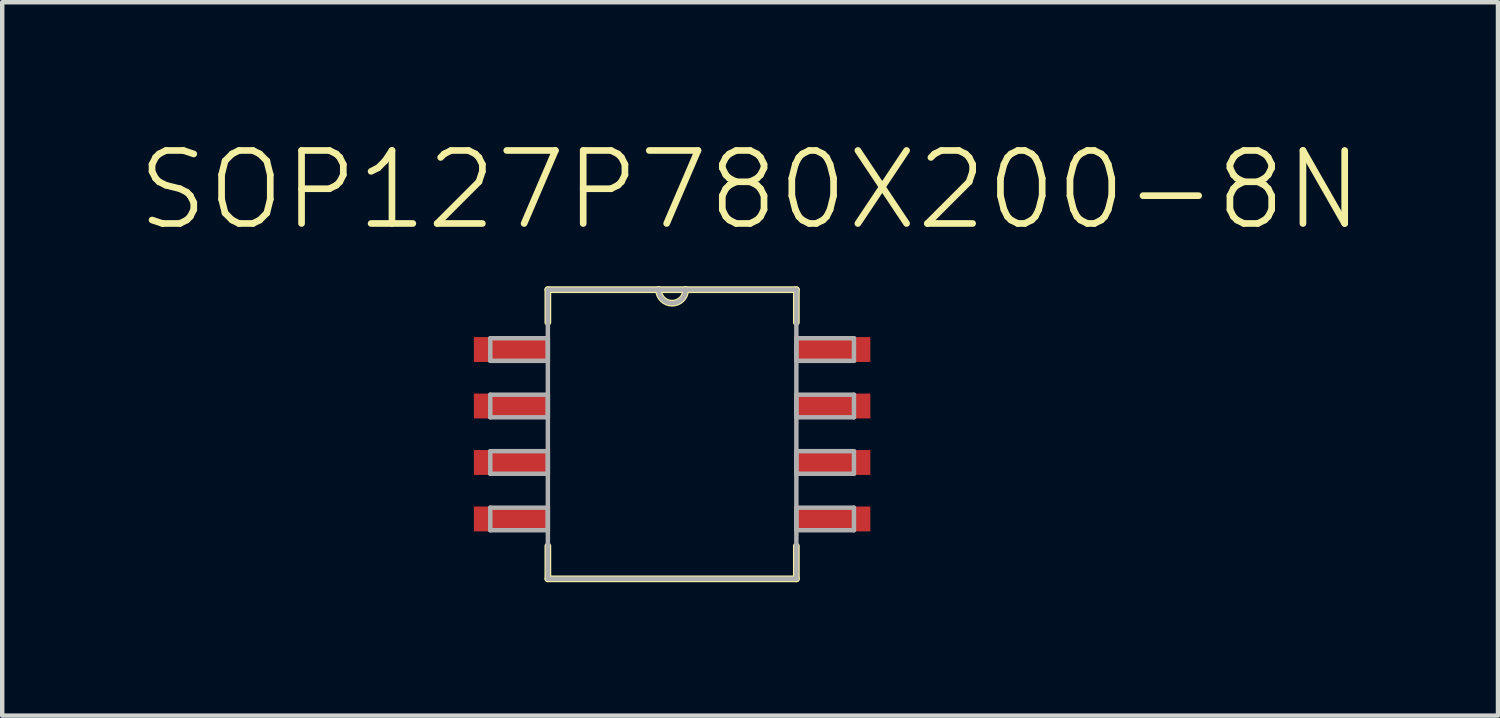
<source format=kicad_pcb>
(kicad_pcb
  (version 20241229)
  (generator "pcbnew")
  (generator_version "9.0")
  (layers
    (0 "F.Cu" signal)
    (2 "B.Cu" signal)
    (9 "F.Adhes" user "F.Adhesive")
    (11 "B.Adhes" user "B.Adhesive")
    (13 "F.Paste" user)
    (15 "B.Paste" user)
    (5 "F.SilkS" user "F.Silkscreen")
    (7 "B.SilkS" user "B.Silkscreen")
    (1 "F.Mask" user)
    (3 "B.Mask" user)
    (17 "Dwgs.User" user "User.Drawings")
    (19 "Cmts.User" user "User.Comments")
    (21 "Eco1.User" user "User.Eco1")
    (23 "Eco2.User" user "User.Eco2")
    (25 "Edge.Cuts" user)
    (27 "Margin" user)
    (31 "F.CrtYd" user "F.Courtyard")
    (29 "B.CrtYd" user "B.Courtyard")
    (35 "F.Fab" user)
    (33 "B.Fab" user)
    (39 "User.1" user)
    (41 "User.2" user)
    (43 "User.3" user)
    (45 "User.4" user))
  (footprint "SOP127P780X200-8N"
    (layer "F.Cu")
    (at 12.064 6.715)
    (property "Reference" "SOP127P780X200-8N" (at 1.754 -5.491 0) (layer "F.SilkS") (effects (font (size 1.642 1.642) (thickness 0.15))))
    (attr smd)
    (fp_line (start -2.794 -3.251) (end -2.794 -2.515) (stroke (width 0.152) (type solid)) (layer "F.SilkS"))
    (fp_line (start -2.794 2.515) (end -2.794 3.251) (stroke (width 0.152) (type solid)) (layer "F.SilkS"))
    (fp_line (start -2.794 3.251) (end 2.794 3.251) (stroke (width 0.152) (type solid)) (layer "F.SilkS"))
    (fp_line (start -0.305 -3.251) (end -2.794 -3.251) (stroke (width 0.152) (type solid)) (layer "F.SilkS"))
    (fp_line (start 0.305 -3.251) (end -0.305 -3.251) (stroke (width 0.152) (type solid)) (layer "F.SilkS"))
    (fp_line (start 2.794 -3.251) (end 0.305 -3.251) (stroke (width 0.152) (type solid)) (layer "F.SilkS"))
    (fp_line (start 2.794 -2.515) (end 2.794 -3.251) (stroke (width 0.152) (type solid)) (layer "F.SilkS"))
    (fp_line (start 2.794 3.251) (end 2.794 2.515) (stroke (width 0.152) (type solid)) (layer "F.SilkS"))
    (fp_arc (start 0.3048 -3.2512) (mid 0 -2.9464) (end -0.3048 -3.2512) (stroke (width 0.1524) (type solid)) (layer "F.SilkS"))
    (fp_line (start -4.089 -2.159) (end -4.089 -1.651) (stroke (width 0.1) (type solid)) (layer "F.Fab"))
    (fp_line (start -4.089 -1.651) (end -2.794 -1.651) (stroke (width 0.1) (type solid)) (layer "F.Fab"))
    (fp_line (start -4.089 -0.889) (end -4.089 -0.381) (stroke (width 0.1) (type solid)) (layer "F.Fab"))
    (fp_line (start -4.089 -0.381) (end -2.794 -0.381) (stroke (width 0.1) (type solid)) (layer "F.Fab"))
    (fp_line (start -4.089 0.381) (end -4.089 0.889) (stroke (width 0.1) (type solid)) (layer "F.Fab"))
    (fp_line (start -4.089 0.889) (end -2.794 0.889) (stroke (width 0.1) (type solid)) (layer "F.Fab"))
    (fp_line (start -4.089 1.651) (end -4.089 2.159) (stroke (width 0.1) (type solid)) (layer "F.Fab"))
    (fp_line (start -4.089 2.159) (end -2.794 2.159) (stroke (width 0.1) (type solid)) (layer "F.Fab"))
    (fp_line (start -2.794 -3.251) (end -2.794 3.251) (stroke (width 0.1) (type solid)) (layer "F.Fab"))
    (fp_line (start -2.794 -2.159) (end -4.089 -2.159) (stroke (width 0.1) (type solid)) (layer "F.Fab"))
    (fp_line (start -2.794 -1.651) (end -2.794 -2.159) (stroke (width 0.1) (type solid)) (layer "F.Fab"))
    (fp_line (start -2.794 -0.889) (end -4.089 -0.889) (stroke (width 0.1) (type solid)) (layer "F.Fab"))
    (fp_line (start -2.794 -0.381) (end -2.794 -0.889) (stroke (width 0.1) (type solid)) (layer "F.Fab"))
    (fp_line (start -2.794 0.381) (end -4.089 0.381) (stroke (width 0.1) (type solid)) (layer "F.Fab"))
    (fp_line (start -2.794 0.889) (end -2.794 0.381) (stroke (width 0.1) (type solid)) (layer "F.Fab"))
    (fp_line (start -2.794 1.651) (end -4.089 1.651) (stroke (width 0.1) (type solid)) (layer "F.Fab"))
    (fp_line (start -2.794 2.159) (end -2.794 1.651) (stroke (width 0.1) (type solid)) (layer "F.Fab"))
    (fp_line (start -2.794 3.251) (end 2.794 3.251) (stroke (width 0.1) (type solid)) (layer "F.Fab"))
    (fp_line (start -0.305 -3.251) (end -2.794 -3.251) (stroke (width 0.1) (type solid)) (layer "F.Fab"))
    (fp_line (start 0.305 -3.251) (end -0.305 -3.251) (stroke (width 0.1) (type solid)) (layer "F.Fab"))
    (fp_line (start 2.794 -3.251) (end 0.305 -3.251) (stroke (width 0.1) (type solid)) (layer "F.Fab"))
    (fp_line (start 2.794 -2.159) (end 2.794 -1.651) (stroke (width 0.1) (type solid)) (layer "F.Fab"))
    (fp_line (start 2.794 -1.651) (end 4.089 -1.651) (stroke (width 0.1) (type solid)) (layer "F.Fab"))
    (fp_line (start 2.794 -0.889) (end 2.794 -0.381) (stroke (width 0.1) (type solid)) (layer "F.Fab"))
    (fp_line (start 2.794 -0.381) (end 4.089 -0.381) (stroke (width 0.1) (type solid)) (layer "F.Fab"))
    (fp_line (start 2.794 0.381) (end 2.794 0.889) (stroke (width 0.1) (type solid)) (layer "F.Fab"))
    (fp_line (start 2.794 0.889) (end 4.089 0.889) (stroke (width 0.1) (type solid)) (layer "F.Fab"))
    (fp_line (start 2.794 1.651) (end 2.794 2.159) (stroke (width 0.1) (type solid)) (layer "F.Fab"))
    (fp_line (start 2.794 2.159) (end 4.089 2.159) (stroke (width 0.1) (type solid)) (layer "F.Fab"))
    (fp_line (start 2.794 3.251) (end 2.794 -3.251) (stroke (width 0.1) (type solid)) (layer "F.Fab"))
    (fp_line (start 4.089 -2.159) (end 2.794 -2.159) (stroke (width 0.1) (type solid)) (layer "F.Fab"))
    (fp_line (start 4.089 -1.651) (end 4.089 -2.159) (stroke (width 0.1) (type solid)) (layer "F.Fab"))
    (fp_line (start 4.089 -0.889) (end 2.794 -0.889) (stroke (width 0.1) (type solid)) (layer "F.Fab"))
    (fp_line (start 4.089 -0.381) (end 4.089 -0.889) (stroke (width 0.1) (type solid)) (layer "F.Fab"))
    (fp_line (start 4.089 0.381) (end 2.794 0.381) (stroke (width 0.1) (type solid)) (layer "F.Fab"))
    (fp_line (start 4.089 0.889) (end 4.089 0.381) (stroke (width 0.1) (type solid)) (layer "F.Fab"))
    (fp_line (start 4.089 1.651) (end 2.794 1.651) (stroke (width 0.1) (type solid)) (layer "F.Fab"))
    (fp_line (start 4.089 2.159) (end 4.089 1.651) (stroke (width 0.1) (type solid)) (layer "F.Fab"))
    (fp_arc (start 0.3048 -3.2512) (mid 0 -2.9464) (end -0.3048 -3.2512) (stroke (width 0.1) (type solid)) (layer "F.Fab"))
    (pad "1" smd rect (at -3.632 -1.905) (size 1.651 0.559) (layers "F.Cu" "F.Mask" "F.Paste"))
    (pad "2" smd rect (at -3.632 -0.635) (size 1.651 0.559) (layers "F.Cu" "F.Mask" "F.Paste"))
    (pad "3" smd rect (at -3.632 0.635) (size 1.651 0.559) (layers "F.Cu" "F.Mask" "F.Paste"))
    (pad "4" smd rect (at -3.632 1.905) (size 1.651 0.559) (layers "F.Cu" "F.Mask" "F.Paste"))
    (pad "5" smd rect (at 3.632 1.905) (size 1.651 0.559) (layers "F.Cu" "F.Mask" "F.Paste"))
    (pad "6" smd rect (at 3.632 0.635) (size 1.651 0.559) (layers "F.Cu" "F.Mask" "F.Paste"))
    (pad "7" smd rect (at 3.632 -0.635) (size 1.651 0.559) (layers "F.Cu" "F.Mask" "F.Paste"))
    (pad "8" smd rect (at 3.632 -1.905) (size 1.651 0.559) (layers "F.Cu" "F.Mask" "F.Paste")))
  (gr_rect
    (start -3 -3)
    (end 30.636 13.042)
    (stroke (width 0.1) (type default))
    (fill no)
    (layer "Edge.Cuts")))
</source>
